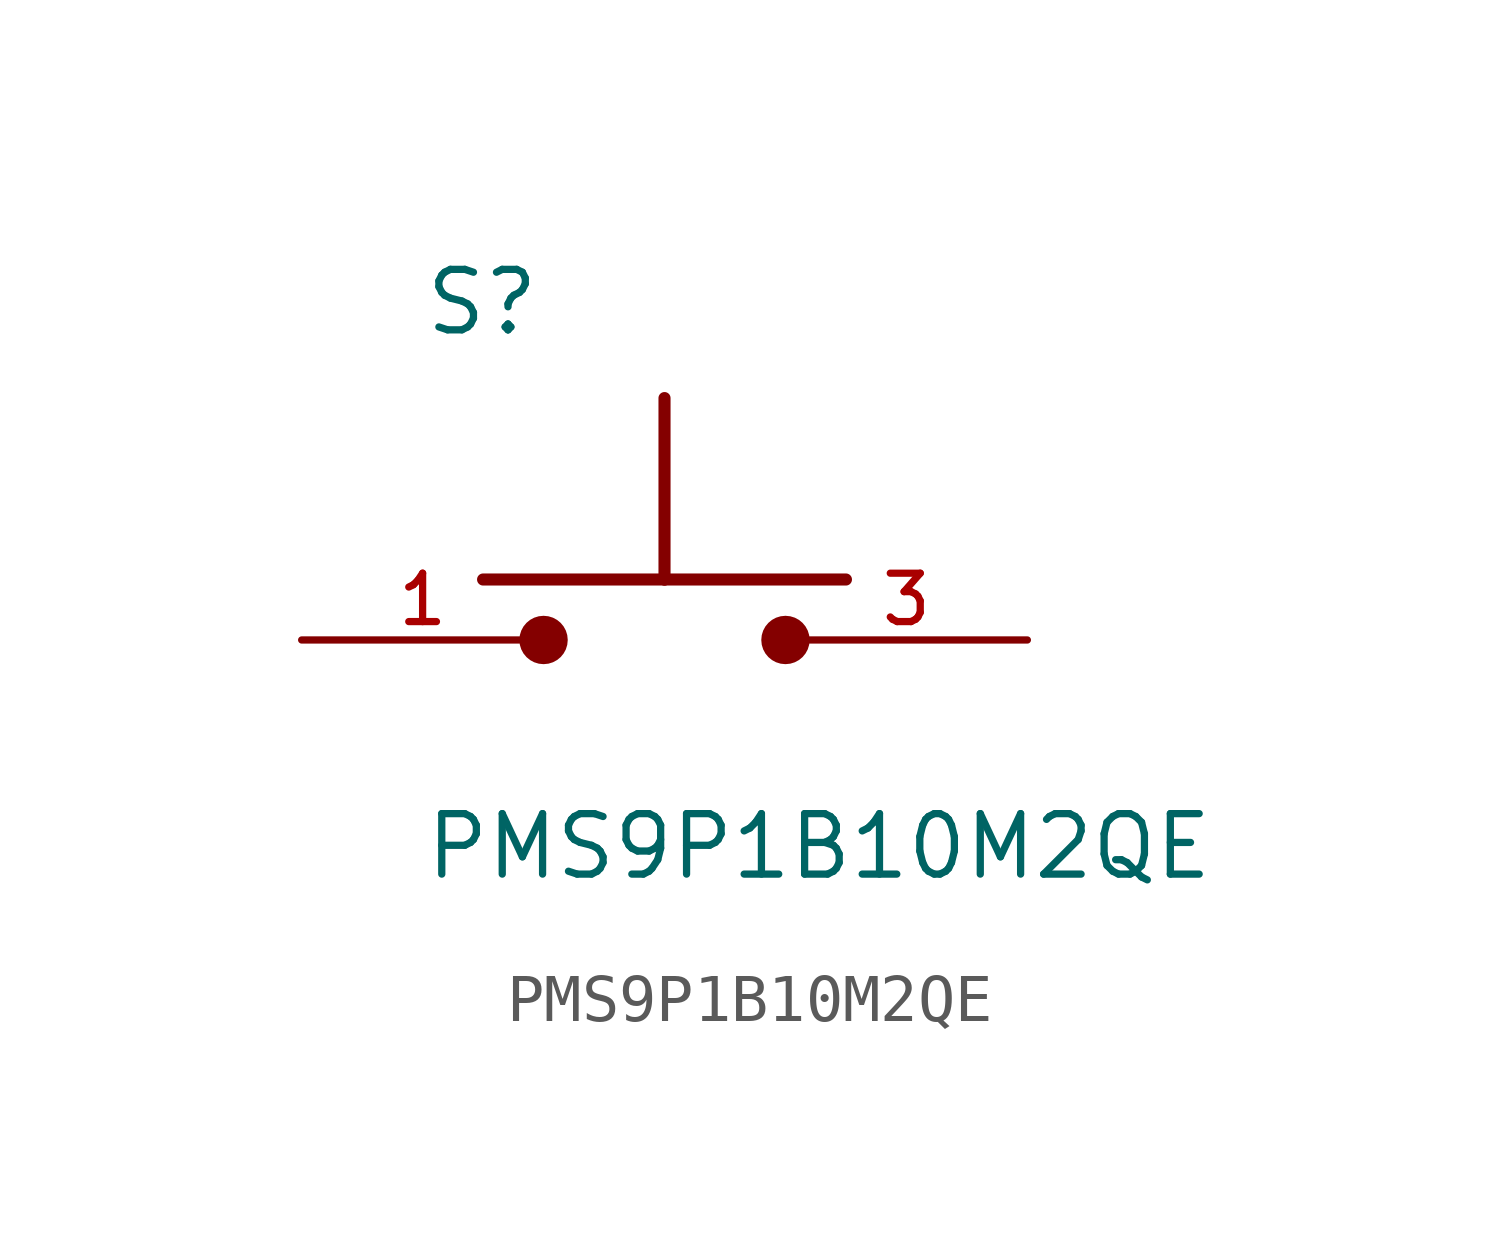
<source format=kicad_sym>
(kicad_symbol_lib
  (version 20211014)
  (generator kicad_symbol_editor)
  (symbol "PMS9P1B10M2QE"
    (pin_names
      (offset 1.016))
    (property "Reference" "S"
      (at -5.08 6.35 0)
      (effects (font (size 1.27 1.27)) (justify bottom left)))
    (property "Value" "PMS9P1B10M2QE"
      (at -5.08 -5.08 0)
      (effects (font (size 1.27 1.27)) (justify bottom left)))
    (symbol "PMS9P1B10M2QE_0_0"
      (circle (center -2.54 0.0) (radius 0.254) (stroke (width 0.508)) (fill (type none)))
      (circle (center 2.54 0.0) (radius 0.254) (stroke (width 0.508)) (fill (type none)))
      (polyline (pts (xy -3.81 1.27) (xy 0.0 1.27)) (stroke (width 0.254)))
      (polyline (pts (xy 0.0 1.27) (xy 3.81 1.27)) (stroke (width 0.254)))
      (polyline (pts (xy 0.0 1.27) (xy 0.0 5.08)) (stroke (width 0.254)))
      (pin passive line (at -7.62 0.0 0) (length 5.08) (name "~" (effects (font (size 1.016 1.016)))) (number "1" (effects (font (size 1.016 1.016)))))
      (pin passive line (at 7.62 0.0 180.0) (length 5.08) (name "~" (effects (font (size 1.016 1.016)))) (number "3" (effects (font (size 1.016 1.016))))))))
</source>
